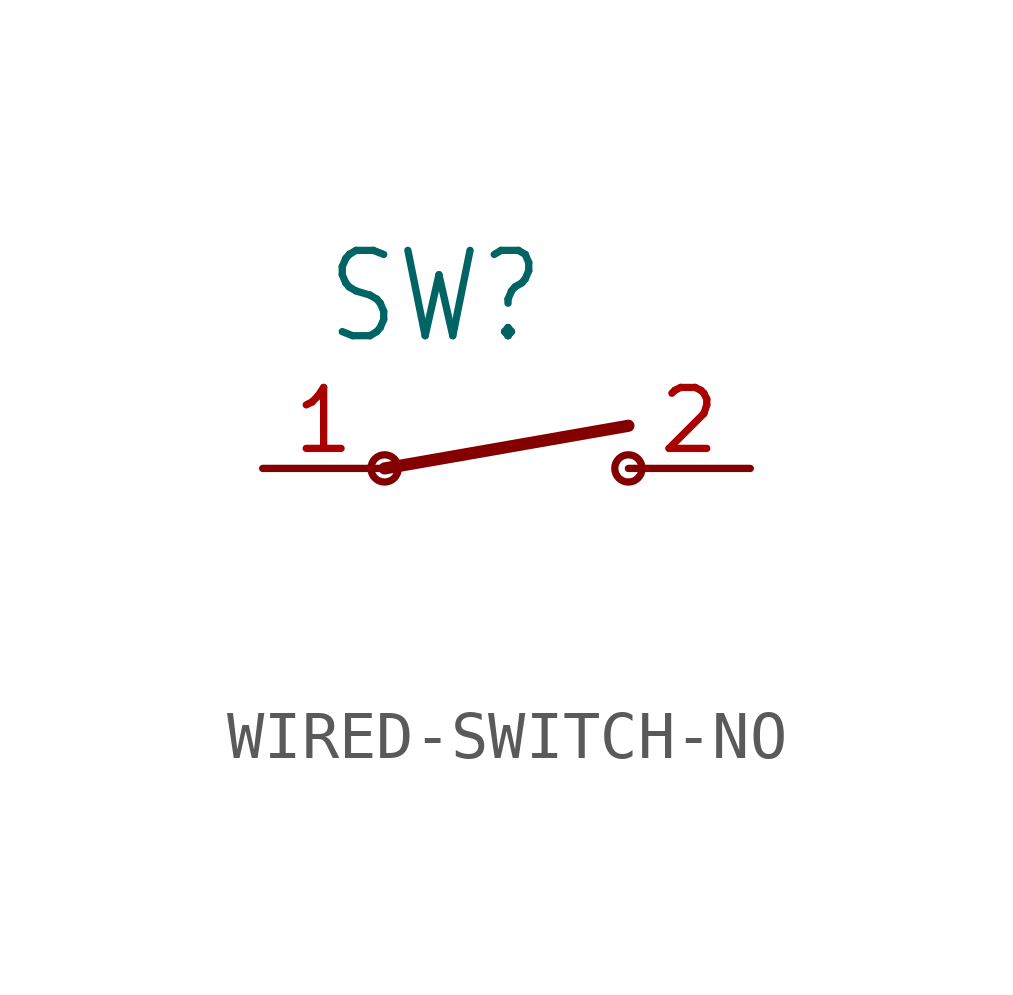
<source format=kicad_sym>
(kicad_symbol_lib
  (version 20231120)
  (generator "kicad_symbol_editor")
  (generator_version "8.0")
  (symbol "WIRED-SWITCH-NO"
    (property "Reference" "SW"
      (at -3.81 2.54 0)
      (effects (font (size 1.778 1.511)) (justify left bottom)))
    (property "Value" ""
      (at -3.81 -3.81 0)
      (effects (font (size 1.778 1.511)) (justify left bottom)))
    (property "ki_locked" ""
      (at 0 0 0)
      (effects (font (size 1.27 1.27))))
    (symbol "WIRED-SWITCH-NO_1_0"
      (circle (center -2.54 0) (radius 0.284) (stroke (width 0) (type solid)) (fill (type none)))
      (polyline (pts (xy -2.54 0) (xy 2.54 0.889)) (stroke (width 0.254) (type solid)) (fill (type none)))
      (circle (center 2.54 0) (radius 0.284) (stroke (width 0) (type solid)) (fill (type none)))
      (pin passive line (at -5.08 0 0) (length 2.54) (name "1" (effects (font (size 0 0)))) (number "1" (effects (font (size 1.27 1.27)))))
      (pin passive line (at 5.08 0 180) (length 2.54) (name "2" (effects (font (size 0 0)))) (number "2" (effects (font (size 1.27 1.27))))))))
</source>
